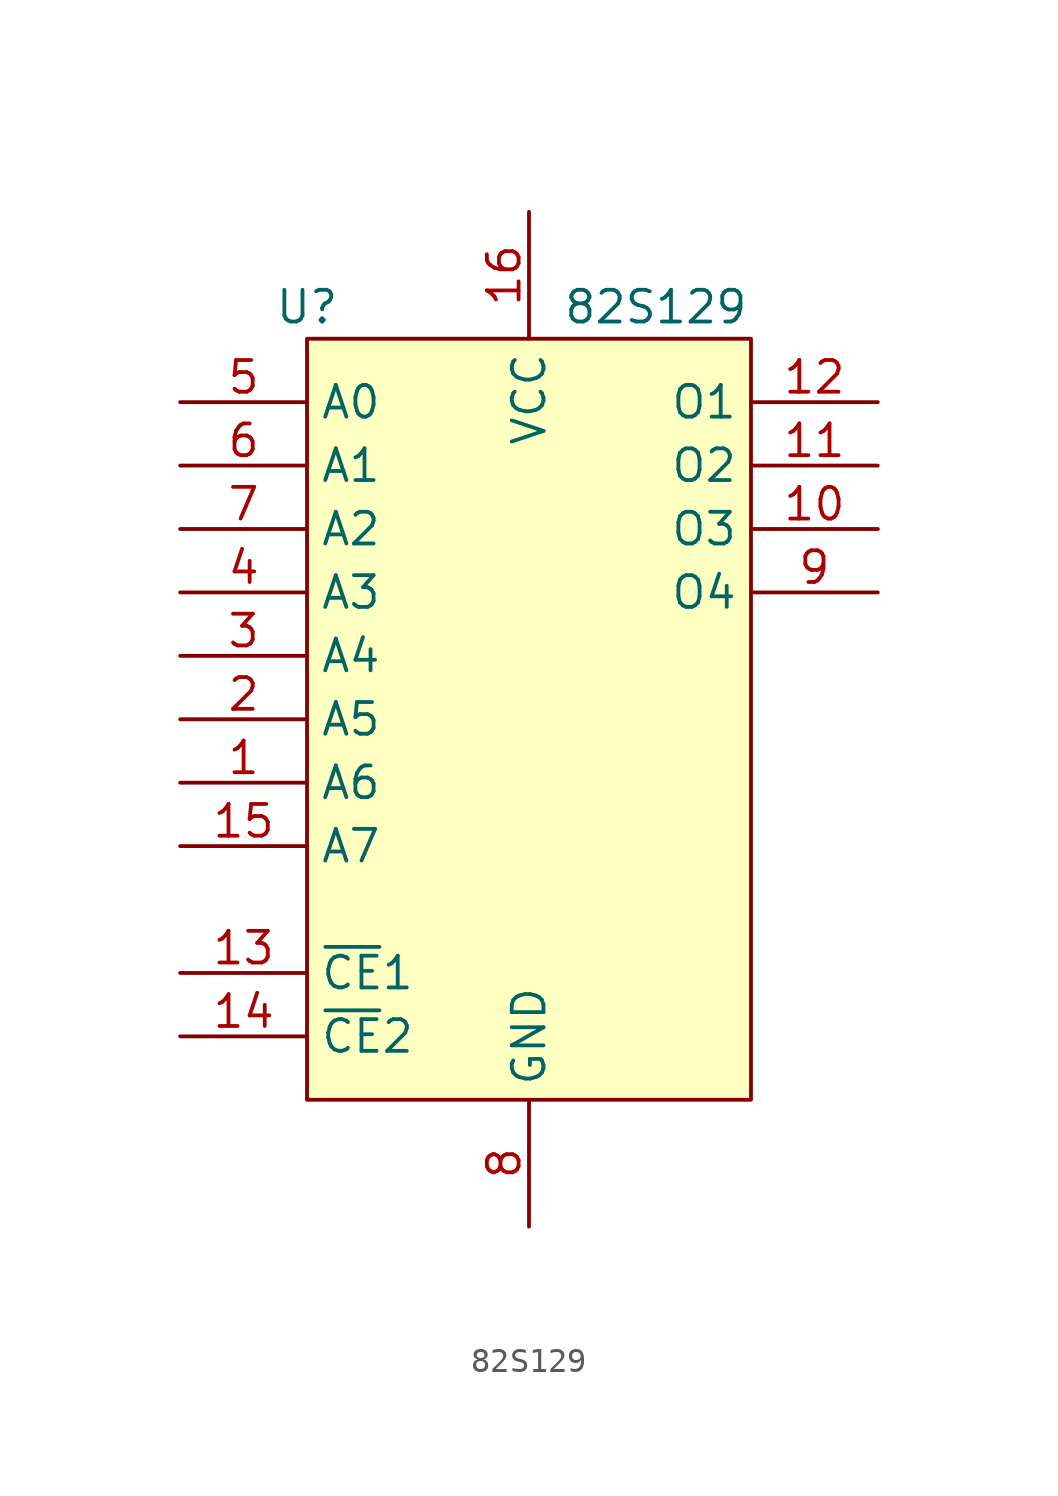
<source format=kicad_sym>
(kicad_symbol_lib
  (version 20211014)
  (generator kicad_symbol_editor)
  (symbol "82S129"
    (property "Reference" "U"
      (at -8.89 16.51 0)
      (effects (font (size 1.27 1.27))))
    (property "Value" "82S129"
      (at 5.08 16.51 0)
      (effects (font (size 1.27 1.27))))
    (symbol "82S129_0_1"
      (rectangle (start -8.89 15.24) (end 8.89 -15.24) (stroke (width 0) (type default) (color 0 0 0 0)) (fill (type background))))
    (symbol "82S129_1_1"
      (pin input line (at -13.97 -2.54 0) (length 5.08) (name "A6" (effects (font (size 1.27 1.27)))) (number "1" (effects (font (size 1.27 1.27)))))
      (pin tri_state line (at 13.97 7.62 180) (length 5.08) (name "O3" (effects (font (size 1.27 1.27)))) (number "10" (effects (font (size 1.27 1.27)))))
      (pin tri_state line (at 13.97 10.16 180) (length 5.08) (name "O2" (effects (font (size 1.27 1.27)))) (number "11" (effects (font (size 1.27 1.27)))))
      (pin tri_state line (at 13.97 12.7 180) (length 5.08) (name "O1" (effects (font (size 1.27 1.27)))) (number "12" (effects (font (size 1.27 1.27)))))
      (pin input line (at -13.97 -10.16 0) (length 5.08) (name "~{CE}1" (effects (font (size 1.27 1.27)))) (number "13" (effects (font (size 1.27 1.27)))))
      (pin input line (at -13.97 -12.7 0) (length 5.08) (name "~{CE}2" (effects (font (size 1.27 1.27)))) (number "14" (effects (font (size 1.27 1.27)))))
      (pin input line (at -13.97 -5.08 0) (length 5.08) (name "A7" (effects (font (size 1.27 1.27)))) (number "15" (effects (font (size 1.27 1.27)))))
      (pin power_in line (at 0 20.32 270) (length 5.08) (name "VCC" (effects (font (size 1.27 1.27)))) (number "16" (effects (font (size 1.27 1.27)))))
      (pin input line (at -13.97 0 0) (length 5.08) (name "A5" (effects (font (size 1.27 1.27)))) (number "2" (effects (font (size 1.27 1.27)))))
      (pin input line (at -13.97 2.54 0) (length 5.08) (name "A4" (effects (font (size 1.27 1.27)))) (number "3" (effects (font (size 1.27 1.27)))))
      (pin input line (at -13.97 5.08 0) (length 5.08) (name "A3" (effects (font (size 1.27 1.27)))) (number "4" (effects (font (size 1.27 1.27)))))
      (pin input line (at -13.97 12.7 0) (length 5.08) (name "A0" (effects (font (size 1.27 1.27)))) (number "5" (effects (font (size 1.27 1.27)))))
      (pin input line (at -13.97 10.16 0) (length 5.08) (name "A1" (effects (font (size 1.27 1.27)))) (number "6" (effects (font (size 1.27 1.27)))))
      (pin input line (at -13.97 7.62 0) (length 5.08) (name "A2" (effects (font (size 1.27 1.27)))) (number "7" (effects (font (size 1.27 1.27)))))
      (pin power_in line (at 0 -20.32 90) (length 5.08) (name "GND" (effects (font (size 1.27 1.27)))) (number "8" (effects (font (size 1.27 1.27)))))
      (pin tri_state line (at 13.97 5.08 180) (length 5.08) (name "O4" (effects (font (size 1.27 1.27)))) (number "9" (effects (font (size 1.27 1.27))))))))
</source>
